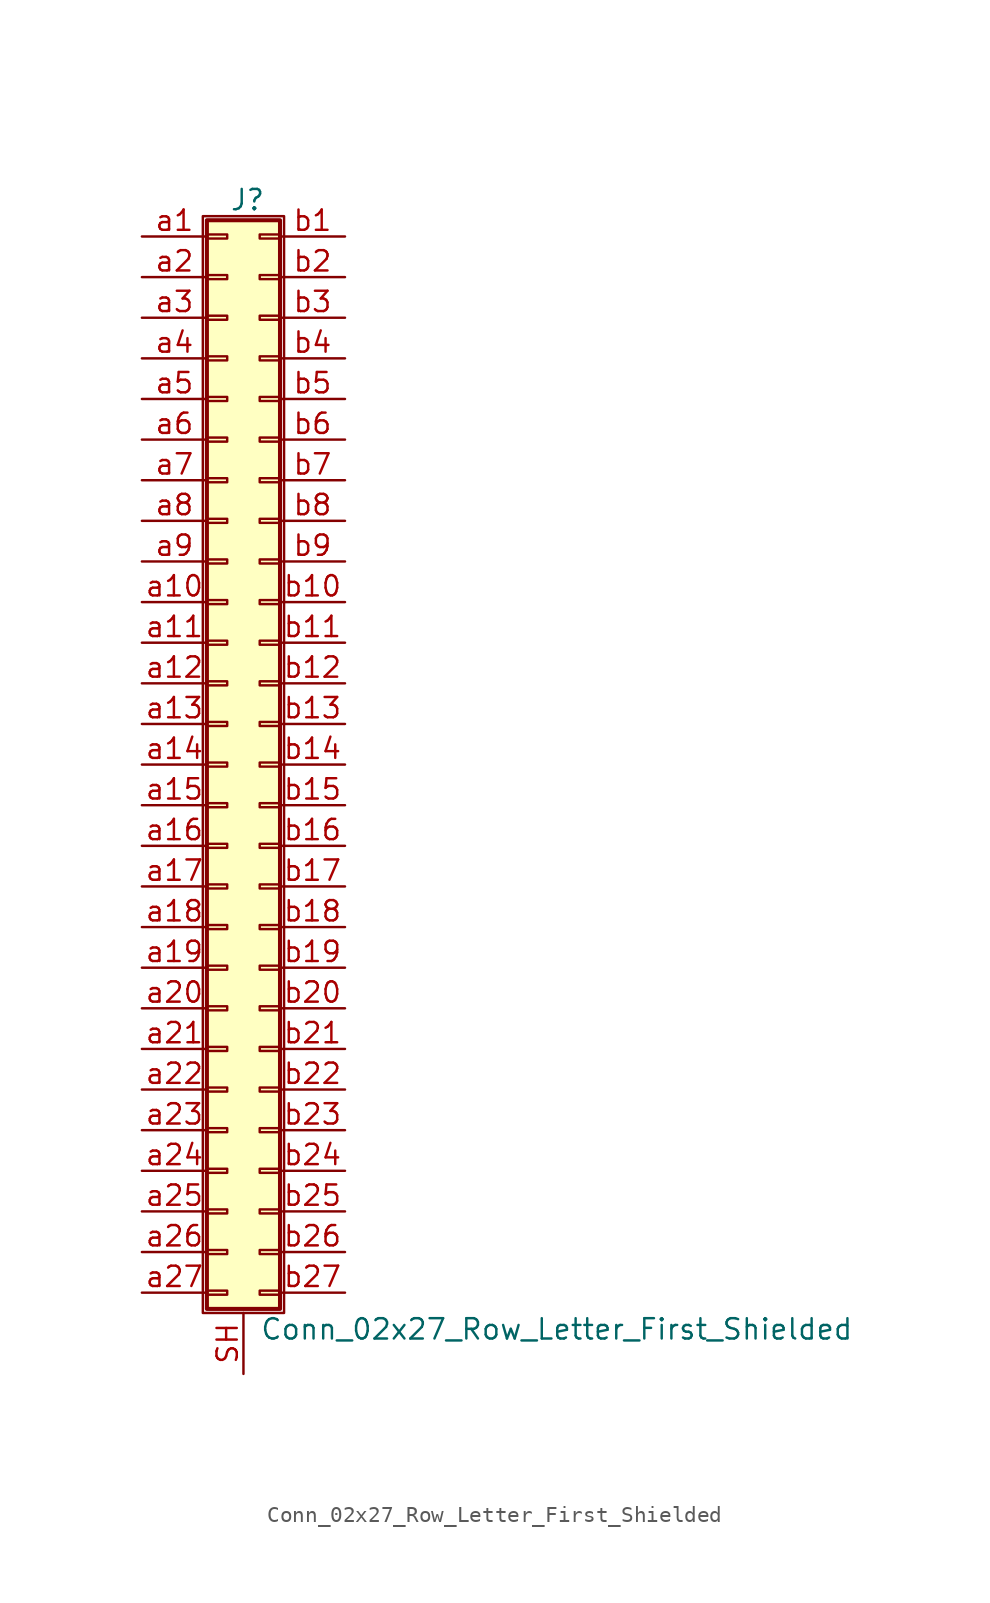
<source format=kicad_sym>
(kicad_symbol_lib
  (version 20201005)
  (generator kicad_symbol_editor)
  (symbol "Connector_Generic_Shielded:Conn_02x27_Row_Letter_First_Shielded"
    (pin_names
      (offset 1.016) hide)
    (property "Reference" "J"
      (at 1.524 35.306 0)
      (effects (font (size 1.27 1.27))))
    (property "Value" "Conn_02x27_Row_Letter_First_Shielded"
      (at 2.286 -35.306 0)
      (effects (font (size 1.27 1.27)) (justify left)))
    (symbol "Conn_02x27_Row_Letter_First_Shielded_1_1"
      (rectangle (start -1.016 -27.813) (end 0.254 -28.067) (stroke (width 0.152)) (fill (type none)))
      (rectangle (start -1.016 -30.353) (end 0.254 -30.607) (stroke (width 0.152)) (fill (type none)))
      (rectangle (start -1.016 -32.893) (end 0.254 -33.147) (stroke (width 0.152)) (fill (type none)))
      (rectangle (start -1.016 -4.953) (end 0.254 -5.207) (stroke (width 0.152)) (fill (type none)))
      (rectangle (start -1.016 -7.493) (end 0.254 -7.747) (stroke (width 0.152)) (fill (type none)))
      (rectangle (start -1.016 -10.033) (end 0.254 -10.287) (stroke (width 0.152)) (fill (type none)))
      (rectangle (start -1.016 -12.573) (end 0.254 -12.827) (stroke (width 0.152)) (fill (type none)))
      (rectangle (start -1.016 -15.113) (end 0.254 -15.367) (stroke (width 0.152)) (fill (type none)))
      (rectangle (start -1.016 -17.653) (end 0.254 -17.907) (stroke (width 0.152)) (fill (type none)))
      (rectangle (start -1.016 -20.193) (end 0.254 -20.447) (stroke (width 0.152)) (fill (type none)))
      (rectangle (start -1.016 -22.733) (end 0.254 -22.987) (stroke (width 0.152)) (fill (type none)))
      (rectangle (start -1.016 -2.413) (end 0.254 -2.667) (stroke (width 0.152)) (fill (type none)))
      (rectangle (start -1.016 -25.273) (end 0.254 -25.527) (stroke (width 0.152)) (fill (type none)))
      (rectangle (start -1.016 25.527) (end 0.254 25.273) (stroke (width 0.152)) (fill (type none)))
      (rectangle (start -1.016 2.667) (end 0.254 2.413) (stroke (width 0.152)) (fill (type none)))
      (rectangle (start -1.016 28.067) (end 0.254 27.813) (stroke (width 0.152)) (fill (type none)))
      (rectangle (start -1.016 30.607) (end 0.254 30.353) (stroke (width 0.152)) (fill (type none)))
      (rectangle (start -1.016 33.147) (end 0.254 32.893) (stroke (width 0.152)) (fill (type none)))
      (rectangle (start -1.016 34.036) (end 3.556 -34.036) (stroke (width 0.254)) (fill (type background)))
      (rectangle (start -1.016 5.207) (end 0.254 4.953) (stroke (width 0.152)) (fill (type none)))
      (rectangle (start -1.016 7.747) (end 0.254 7.493) (stroke (width 0.152)) (fill (type none)))
      (rectangle (start -1.016 10.287) (end 0.254 10.033) (stroke (width 0.152)) (fill (type none)))
      (rectangle (start -1.016 0.127) (end 0.254 -0.127) (stroke (width 0.152)) (fill (type none)))
      (rectangle (start -1.016 12.827) (end 0.254 12.573) (stroke (width 0.152)) (fill (type none)))
      (rectangle (start -1.016 15.367) (end 0.254 15.113) (stroke (width 0.152)) (fill (type none)))
      (rectangle (start -1.016 17.907) (end 0.254 17.653) (stroke (width 0.152)) (fill (type none)))
      (rectangle (start -1.016 20.447) (end 0.254 20.193) (stroke (width 0.152)) (fill (type none)))
      (rectangle (start -1.016 22.987) (end 0.254 22.733) (stroke (width 0.152)) (fill (type none)))
      (rectangle (start -1.27 34.29) (end 3.81 -34.29) (stroke (width 0.152)) (fill (type none)))
      (rectangle (start 3.556 -27.813) (end 2.286 -28.067) (stroke (width 0.152)) (fill (type none)))
      (rectangle (start 3.556 -30.353) (end 2.286 -30.607) (stroke (width 0.152)) (fill (type none)))
      (rectangle (start 3.556 -32.893) (end 2.286 -33.147) (stroke (width 0.152)) (fill (type none)))
      (rectangle (start 3.556 -4.953) (end 2.286 -5.207) (stroke (width 0.152)) (fill (type none)))
      (rectangle (start 3.556 -7.493) (end 2.286 -7.747) (stroke (width 0.152)) (fill (type none)))
      (rectangle (start 3.556 -10.033) (end 2.286 -10.287) (stroke (width 0.152)) (fill (type none)))
      (rectangle (start 3.556 -12.573) (end 2.286 -12.827) (stroke (width 0.152)) (fill (type none)))
      (rectangle (start 3.556 -15.113) (end 2.286 -15.367) (stroke (width 0.152)) (fill (type none)))
      (rectangle (start 3.556 -17.653) (end 2.286 -17.907) (stroke (width 0.152)) (fill (type none)))
      (rectangle (start 3.556 -20.193) (end 2.286 -20.447) (stroke (width 0.152)) (fill (type none)))
      (rectangle (start 3.556 -22.733) (end 2.286 -22.987) (stroke (width 0.152)) (fill (type none)))
      (rectangle (start 3.556 -2.413) (end 2.286 -2.667) (stroke (width 0.152)) (fill (type none)))
      (rectangle (start 3.556 -25.273) (end 2.286 -25.527) (stroke (width 0.152)) (fill (type none)))
      (rectangle (start 3.556 25.527) (end 2.286 25.273) (stroke (width 0.152)) (fill (type none)))
      (rectangle (start 3.556 2.667) (end 2.286 2.413) (stroke (width 0.152)) (fill (type none)))
      (rectangle (start 3.556 28.067) (end 2.286 27.813) (stroke (width 0.152)) (fill (type none)))
      (rectangle (start 3.556 30.607) (end 2.286 30.353) (stroke (width 0.152)) (fill (type none)))
      (rectangle (start 3.556 33.147) (end 2.286 32.893) (stroke (width 0.152)) (fill (type none)))
      (rectangle (start 3.556 5.207) (end 2.286 4.953) (stroke (width 0.152)) (fill (type none)))
      (rectangle (start 3.556 7.747) (end 2.286 7.493) (stroke (width 0.152)) (fill (type none)))
      (rectangle (start 3.556 10.287) (end 2.286 10.033) (stroke (width 0.152)) (fill (type none)))
      (rectangle (start 3.556 0.127) (end 2.286 -0.127) (stroke (width 0.152)) (fill (type none)))
      (rectangle (start 3.556 12.827) (end 2.286 12.573) (stroke (width 0.152)) (fill (type none)))
      (rectangle (start 3.556 15.367) (end 2.286 15.113) (stroke (width 0.152)) (fill (type none)))
      (rectangle (start 3.556 17.907) (end 2.286 17.653) (stroke (width 0.152)) (fill (type none)))
      (rectangle (start 3.556 20.447) (end 2.286 20.193) (stroke (width 0.152)) (fill (type none)))
      (rectangle (start 3.556 22.987) (end 2.286 22.733) (stroke (width 0.152)) (fill (type none)))
      (pin passive line (at -5.08 33.02 0) (length 4.064) (name "Pin_a1" (effects (font (size 1.27 1.27)))) (number "a1" (effects (font (size 1.27 1.27)))))
      (pin passive line (at -5.08 10.16 0) (length 4.064) (name "Pin_a10" (effects (font (size 1.27 1.27)))) (number "a10" (effects (font (size 1.27 1.27)))))
      (pin passive line (at -5.08 7.62 0) (length 4.064) (name "Pin_a11" (effects (font (size 1.27 1.27)))) (number "a11" (effects (font (size 1.27 1.27)))))
      (pin passive line (at -5.08 5.08 0) (length 4.064) (name "Pin_a12" (effects (font (size 1.27 1.27)))) (number "a12" (effects (font (size 1.27 1.27)))))
      (pin passive line (at -5.08 2.54 0) (length 4.064) (name "Pin_a13" (effects (font (size 1.27 1.27)))) (number "a13" (effects (font (size 1.27 1.27)))))
      (pin passive line (at -5.08 0 0) (length 4.064) (name "Pin_a14" (effects (font (size 1.27 1.27)))) (number "a14" (effects (font (size 1.27 1.27)))))
      (pin passive line (at -5.08 -2.54 0) (length 4.064) (name "Pin_a15" (effects (font (size 1.27 1.27)))) (number "a15" (effects (font (size 1.27 1.27)))))
      (pin passive line (at -5.08 -5.08 0) (length 4.064) (name "Pin_a16" (effects (font (size 1.27 1.27)))) (number "a16" (effects (font (size 1.27 1.27)))))
      (pin passive line (at -5.08 -7.62 0) (length 4.064) (name "Pin_a17" (effects (font (size 1.27 1.27)))) (number "a17" (effects (font (size 1.27 1.27)))))
      (pin passive line (at -5.08 -10.16 0) (length 4.064) (name "Pin_a18" (effects (font (size 1.27 1.27)))) (number "a18" (effects (font (size 1.27 1.27)))))
      (pin passive line (at -5.08 -12.7 0) (length 4.064) (name "Pin_a19" (effects (font (size 1.27 1.27)))) (number "a19" (effects (font (size 1.27 1.27)))))
      (pin passive line (at -5.08 30.48 0) (length 4.064) (name "Pin_a2" (effects (font (size 1.27 1.27)))) (number "a2" (effects (font (size 1.27 1.27)))))
      (pin passive line (at -5.08 -15.24 0) (length 4.064) (name "Pin_a20" (effects (font (size 1.27 1.27)))) (number "a20" (effects (font (size 1.27 1.27)))))
      (pin passive line (at -5.08 -17.78 0) (length 4.064) (name "Pin_a21" (effects (font (size 1.27 1.27)))) (number "a21" (effects (font (size 1.27 1.27)))))
      (pin passive line (at -5.08 -20.32 0) (length 4.064) (name "Pin_a22" (effects (font (size 1.27 1.27)))) (number "a22" (effects (font (size 1.27 1.27)))))
      (pin passive line (at -5.08 -22.86 0) (length 4.064) (name "Pin_a23" (effects (font (size 1.27 1.27)))) (number "a23" (effects (font (size 1.27 1.27)))))
      (pin passive line (at -5.08 -25.4 0) (length 4.064) (name "Pin_a24" (effects (font (size 1.27 1.27)))) (number "a24" (effects (font (size 1.27 1.27)))))
      (pin passive line (at -5.08 -27.94 0) (length 4.064) (name "Pin_a25" (effects (font (size 1.27 1.27)))) (number "a25" (effects (font (size 1.27 1.27)))))
      (pin passive line (at -5.08 -30.48 0) (length 4.064) (name "Pin_a26" (effects (font (size 1.27 1.27)))) (number "a26" (effects (font (size 1.27 1.27)))))
      (pin passive line (at -5.08 -33.02 0) (length 4.064) (name "Pin_a27" (effects (font (size 1.27 1.27)))) (number "a27" (effects (font (size 1.27 1.27)))))
      (pin passive line (at -5.08 27.94 0) (length 4.064) (name "Pin_a3" (effects (font (size 1.27 1.27)))) (number "a3" (effects (font (size 1.27 1.27)))))
      (pin passive line (at -5.08 25.4 0) (length 4.064) (name "Pin_a4" (effects (font (size 1.27 1.27)))) (number "a4" (effects (font (size 1.27 1.27)))))
      (pin passive line (at -5.08 22.86 0) (length 4.064) (name "Pin_a5" (effects (font (size 1.27 1.27)))) (number "a5" (effects (font (size 1.27 1.27)))))
      (pin passive line (at -5.08 20.32 0) (length 4.064) (name "Pin_a6" (effects (font (size 1.27 1.27)))) (number "a6" (effects (font (size 1.27 1.27)))))
      (pin passive line (at -5.08 17.78 0) (length 4.064) (name "Pin_a7" (effects (font (size 1.27 1.27)))) (number "a7" (effects (font (size 1.27 1.27)))))
      (pin passive line (at -5.08 15.24 0) (length 4.064) (name "Pin_a8" (effects (font (size 1.27 1.27)))) (number "a8" (effects (font (size 1.27 1.27)))))
      (pin passive line (at -5.08 12.7 0) (length 4.064) (name "Pin_a9" (effects (font (size 1.27 1.27)))) (number "a9" (effects (font (size 1.27 1.27)))))
      (pin passive line (at 7.62 33.02 180) (length 4.064) (name "Pin_b1" (effects (font (size 1.27 1.27)))) (number "b1" (effects (font (size 1.27 1.27)))))
      (pin passive line (at 7.62 10.16 180) (length 4.064) (name "Pin_b10" (effects (font (size 1.27 1.27)))) (number "b10" (effects (font (size 1.27 1.27)))))
      (pin passive line (at 7.62 7.62 180) (length 4.064) (name "Pin_b11" (effects (font (size 1.27 1.27)))) (number "b11" (effects (font (size 1.27 1.27)))))
      (pin passive line (at 7.62 5.08 180) (length 4.064) (name "Pin_b12" (effects (font (size 1.27 1.27)))) (number "b12" (effects (font (size 1.27 1.27)))))
      (pin passive line (at 7.62 2.54 180) (length 4.064) (name "Pin_b13" (effects (font (size 1.27 1.27)))) (number "b13" (effects (font (size 1.27 1.27)))))
      (pin passive line (at 7.62 0 180) (length 4.064) (name "Pin_b14" (effects (font (size 1.27 1.27)))) (number "b14" (effects (font (size 1.27 1.27)))))
      (pin passive line (at 7.62 -2.54 180) (length 4.064) (name "Pin_b15" (effects (font (size 1.27 1.27)))) (number "b15" (effects (font (size 1.27 1.27)))))
      (pin passive line (at 7.62 -5.08 180) (length 4.064) (name "Pin_b16" (effects (font (size 1.27 1.27)))) (number "b16" (effects (font (size 1.27 1.27)))))
      (pin passive line (at 7.62 -7.62 180) (length 4.064) (name "Pin_b17" (effects (font (size 1.27 1.27)))) (number "b17" (effects (font (size 1.27 1.27)))))
      (pin passive line (at 7.62 -10.16 180) (length 4.064) (name "Pin_b18" (effects (font (size 1.27 1.27)))) (number "b18" (effects (font (size 1.27 1.27)))))
      (pin passive line (at 7.62 -12.7 180) (length 4.064) (name "Pin_b19" (effects (font (size 1.27 1.27)))) (number "b19" (effects (font (size 1.27 1.27)))))
      (pin passive line (at 7.62 30.48 180) (length 4.064) (name "Pin_b2" (effects (font (size 1.27 1.27)))) (number "b2" (effects (font (size 1.27 1.27)))))
      (pin passive line (at 7.62 -15.24 180) (length 4.064) (name "Pin_b20" (effects (font (size 1.27 1.27)))) (number "b20" (effects (font (size 1.27 1.27)))))
      (pin passive line (at 7.62 -17.78 180) (length 4.064) (name "Pin_b21" (effects (font (size 1.27 1.27)))) (number "b21" (effects (font (size 1.27 1.27)))))
      (pin passive line (at 7.62 -20.32 180) (length 4.064) (name "Pin_b22" (effects (font (size 1.27 1.27)))) (number "b22" (effects (font (size 1.27 1.27)))))
      (pin passive line (at 7.62 -22.86 180) (length 4.064) (name "Pin_b23" (effects (font (size 1.27 1.27)))) (number "b23" (effects (font (size 1.27 1.27)))))
      (pin passive line (at 7.62 -25.4 180) (length 4.064) (name "Pin_b24" (effects (font (size 1.27 1.27)))) (number "b24" (effects (font (size 1.27 1.27)))))
      (pin passive line (at 7.62 -27.94 180) (length 4.064) (name "Pin_b25" (effects (font (size 1.27 1.27)))) (number "b25" (effects (font (size 1.27 1.27)))))
      (pin passive line (at 7.62 -30.48 180) (length 4.064) (name "Pin_b26" (effects (font (size 1.27 1.27)))) (number "b26" (effects (font (size 1.27 1.27)))))
      (pin passive line (at 7.62 -33.02 180) (length 4.064) (name "Pin_b27" (effects (font (size 1.27 1.27)))) (number "b27" (effects (font (size 1.27 1.27)))))
      (pin passive line (at 7.62 27.94 180) (length 4.064) (name "Pin_b3" (effects (font (size 1.27 1.27)))) (number "b3" (effects (font (size 1.27 1.27)))))
      (pin passive line (at 7.62 25.4 180) (length 4.064) (name "Pin_b4" (effects (font (size 1.27 1.27)))) (number "b4" (effects (font (size 1.27 1.27)))))
      (pin passive line (at 7.62 22.86 180) (length 4.064) (name "Pin_b5" (effects (font (size 1.27 1.27)))) (number "b5" (effects (font (size 1.27 1.27)))))
      (pin passive line (at 7.62 20.32 180) (length 4.064) (name "Pin_b6" (effects (font (size 1.27 1.27)))) (number "b6" (effects (font (size 1.27 1.27)))))
      (pin passive line (at 7.62 17.78 180) (length 4.064) (name "Pin_b7" (effects (font (size 1.27 1.27)))) (number "b7" (effects (font (size 1.27 1.27)))))
      (pin passive line (at 7.62 15.24 180) (length 4.064) (name "Pin_b8" (effects (font (size 1.27 1.27)))) (number "b8" (effects (font (size 1.27 1.27)))))
      (pin passive line (at 7.62 12.7 180) (length 4.064) (name "Pin_b9" (effects (font (size 1.27 1.27)))) (number "b9" (effects (font (size 1.27 1.27)))))
      (pin passive line (at 1.27 -38.1 90) (length 3.81) (name "Shield" (effects (font (size 1.27 1.27)))) (number "SH" (effects (font (size 1.27 1.27))))))))
</source>
